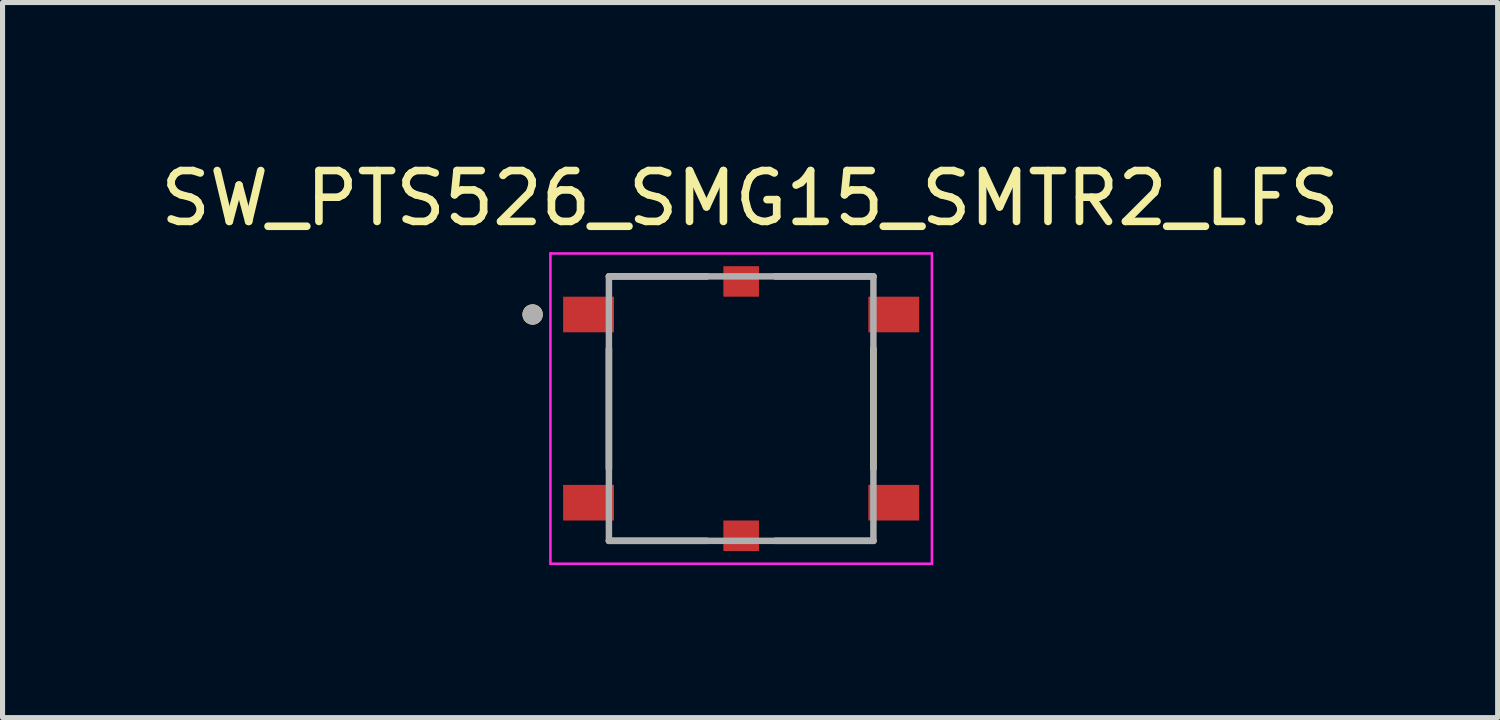
<source format=kicad_pcb>
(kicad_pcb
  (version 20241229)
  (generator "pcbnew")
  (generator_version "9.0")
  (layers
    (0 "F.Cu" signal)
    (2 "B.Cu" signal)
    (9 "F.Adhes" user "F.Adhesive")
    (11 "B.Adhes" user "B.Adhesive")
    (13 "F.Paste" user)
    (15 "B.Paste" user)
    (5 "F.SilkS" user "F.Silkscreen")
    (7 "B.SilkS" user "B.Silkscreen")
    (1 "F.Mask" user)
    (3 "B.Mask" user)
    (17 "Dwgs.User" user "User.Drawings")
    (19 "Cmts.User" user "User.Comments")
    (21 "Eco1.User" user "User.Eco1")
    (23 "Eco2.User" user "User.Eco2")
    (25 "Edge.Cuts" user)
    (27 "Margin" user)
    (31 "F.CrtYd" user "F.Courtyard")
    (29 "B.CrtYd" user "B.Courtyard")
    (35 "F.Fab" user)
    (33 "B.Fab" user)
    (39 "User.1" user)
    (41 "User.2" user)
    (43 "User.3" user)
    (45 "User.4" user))
  (footprint "SW_PTS526_SMG15_SMTR2_LFS"
    (layer "F.Cu")
    (at 11.521 4.983)
    (property "Reference" "SW_PTS526_SMG15_SMTR2_LFS" (at 0.175 -4.135 0) (layer "F.SilkS") (effects (font (size 1 1) (thickness 0.15))))
    (attr smd)
    (fp_line (start -2.6 -2.6) (end -0.67 -2.6) (stroke (width 0.127) (type solid)) (layer "F.SilkS"))
    (fp_line (start -2.6 -1.18) (end -2.6 1.18) (stroke (width 0.127) (type solid)) (layer "F.SilkS"))
    (fp_line (start -2.6 2.6) (end -0.67 2.6) (stroke (width 0.127) (type solid)) (layer "F.SilkS"))
    (fp_line (start 0.67 -2.6) (end 2.6 -2.6) (stroke (width 0.127) (type solid)) (layer "F.SilkS"))
    (fp_line (start 0.67 2.6) (end 2.6 2.6) (stroke (width 0.127) (type solid)) (layer "F.SilkS"))
    (fp_line (start 2.6 -1.18) (end 2.6 1.18) (stroke (width 0.127) (type solid)) (layer "F.SilkS"))
    (fp_circle (center -4.1 -1.85) (end -4 -1.85) (stroke (width 0.2) (type solid)) (fill no) (layer "F.SilkS"))
    (fp_line (start -3.75 -3.05) (end 3.75 -3.05) (stroke (width 0.05) (type solid)) (layer "F.CrtYd"))
    (fp_line (start -3.75 3.05) (end -3.75 -3.05) (stroke (width 0.05) (type solid)) (layer "F.CrtYd"))
    (fp_line (start 3.75 -3.05) (end 3.75 3.05) (stroke (width 0.05) (type solid)) (layer "F.CrtYd"))
    (fp_line (start 3.75 3.05) (end -3.75 3.05) (stroke (width 0.05) (type solid)) (layer "F.CrtYd"))
    (fp_line (start -2.6 -2.6) (end 2.6 -2.6) (stroke (width 0.127) (type solid)) (layer "F.Fab"))
    (fp_line (start -2.6 2.6) (end -2.6 -2.6) (stroke (width 0.127) (type solid)) (layer "F.Fab"))
    (fp_line (start 2.6 -2.6) (end 2.6 2.6) (stroke (width 0.127) (type solid)) (layer "F.Fab"))
    (fp_line (start 2.6 2.6) (end -2.6 2.6) (stroke (width 0.127) (type solid)) (layer "F.Fab"))
    (fp_circle (center -4.1 -1.85) (end -4 -1.85) (stroke (width 0.2) (type solid)) (fill no) (layer "F.Fab"))
    (pad "1" smd rect (at -3 -1.85) (size 1 0.7) (layers "F.Cu" "F.Mask" "F.Paste"))
    (pad "2" smd rect (at 3 -1.85) (size 1 0.7) (layers "F.Cu" "F.Mask" "F.Paste"))
    (pad "3" smd rect (at -3 1.85) (size 1 0.7) (layers "F.Cu" "F.Mask" "F.Paste"))
    (pad "4" smd rect (at 3 1.85) (size 1 0.7) (layers "F.Cu" "F.Mask" "F.Paste"))
    (pad "G1" smd rect (at 0 -2.5) (size 0.7 0.6) (layers "F.Cu" "F.Mask" "F.Paste"))
    (pad "G2" smd rect (at 0 2.5) (size 0.7 0.6) (layers "F.Cu" "F.Mask" "F.Paste")))
  (gr_rect
    (start -3 -3)
    (end 26.393 11.058)
    (stroke (width 0.1) (type default))
    (fill no)
    (layer "Edge.Cuts")))
</source>
